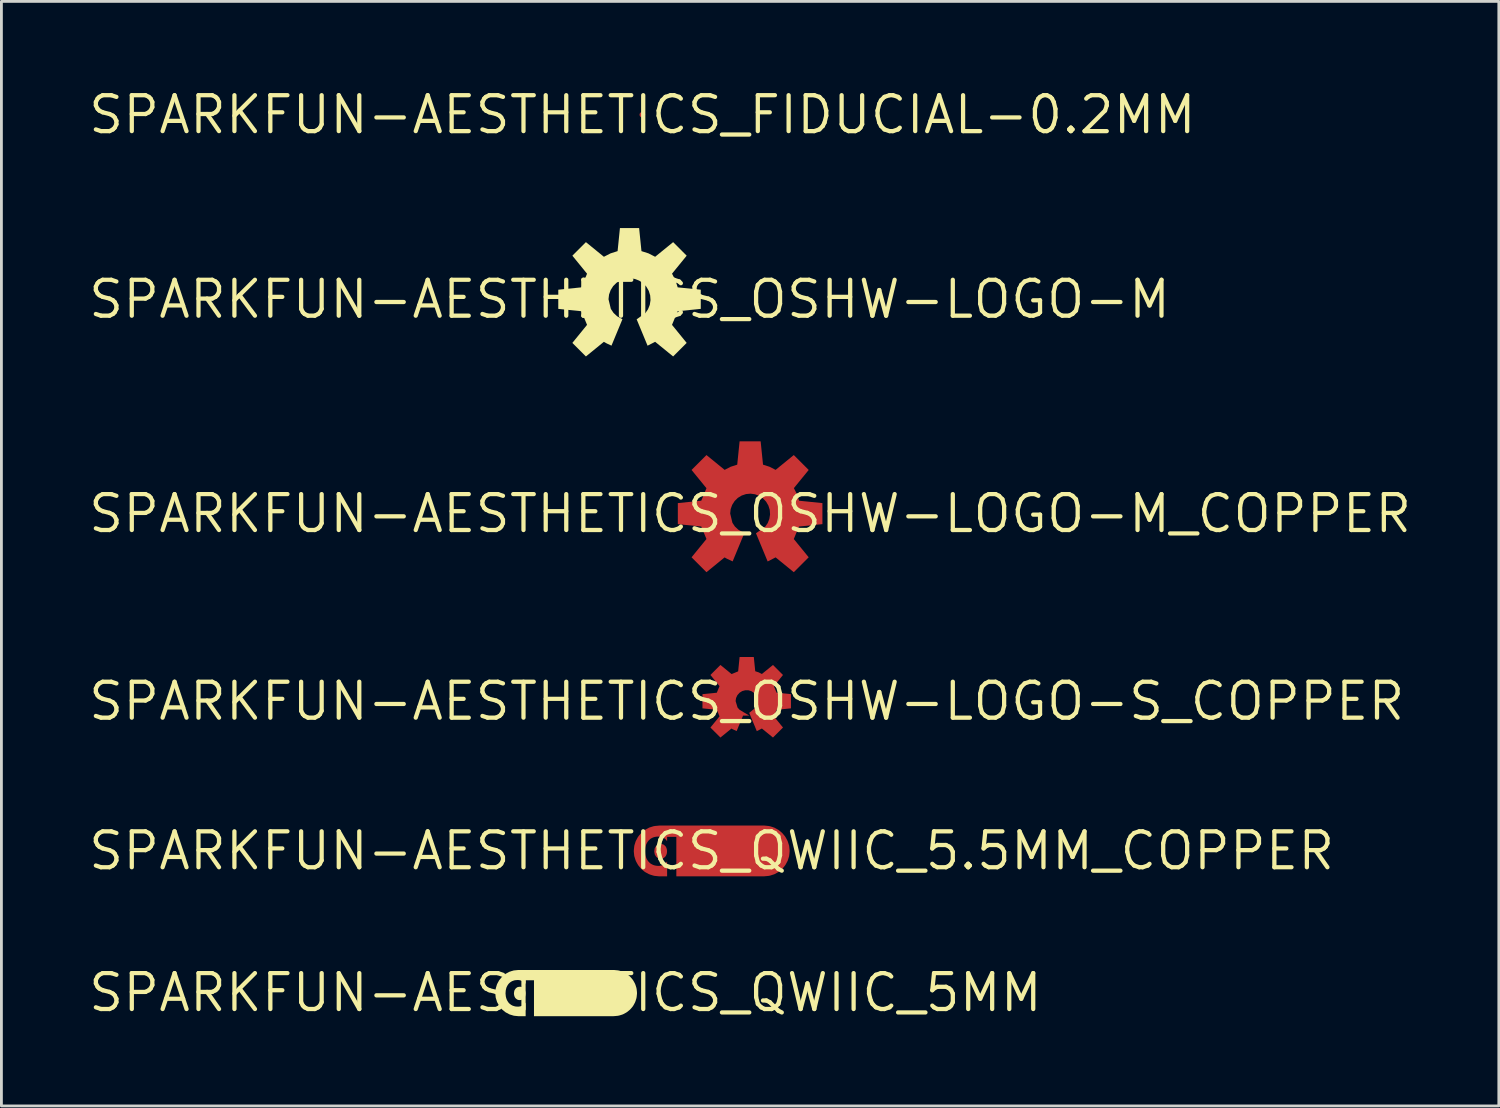
<source format=kicad_pcb>
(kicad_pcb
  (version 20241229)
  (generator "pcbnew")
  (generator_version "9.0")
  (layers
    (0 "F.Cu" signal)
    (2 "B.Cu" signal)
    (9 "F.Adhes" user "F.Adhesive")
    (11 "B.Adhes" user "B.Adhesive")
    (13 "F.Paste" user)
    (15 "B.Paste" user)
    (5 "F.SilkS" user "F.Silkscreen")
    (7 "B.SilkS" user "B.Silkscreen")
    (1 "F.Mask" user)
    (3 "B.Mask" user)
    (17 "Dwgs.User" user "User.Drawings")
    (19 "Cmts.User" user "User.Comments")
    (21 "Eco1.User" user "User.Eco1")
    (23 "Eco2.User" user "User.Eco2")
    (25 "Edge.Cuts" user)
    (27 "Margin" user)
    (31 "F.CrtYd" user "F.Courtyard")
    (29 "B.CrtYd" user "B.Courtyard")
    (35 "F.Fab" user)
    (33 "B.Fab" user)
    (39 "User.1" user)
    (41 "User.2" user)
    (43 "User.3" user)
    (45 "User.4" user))
  (footprint "SPARKFUN-AESTHETICS_OSHW-LOGO-M_COPPER"
    (layer "F.Cu")
    (at 23.472 15.11)
    (property "Reference" "SPARKFUN-AESTHETICS_OSHW-LOGO-M_COPPER" (at 0 0 0) (layer "F.SilkS") (effects (font (size 1.27 1.27) (thickness 0.15))))
    (fp_poly (pts (xy 0.456 -1.731) (xy 0.687 -1.657) (xy 0.901 -1.547) (xy 1.544 -2.071) (xy 2.071 -1.544) (xy 1.547 -0.901) (xy 1.657 -0.687) (xy 1.731 -0.456) (xy 2.556 -0.372) (xy 2.556 0.372) (xy 1.727 0.457) (xy 1.544 0.898) (xy 2.071 1.544) (xy 1.544 2.071) (xy 0.901 1.547) (xy 0.62 1.692) (xy 0.207 0.695) (xy 0.532 0.464) (xy 0.621 0.336) (xy 0.68 0.187) (xy 0.705 0.029) (xy 0.694 -0.131) (xy 0.646 -0.284) (xy 0.566 -0.422) (xy 0.456 -0.539) (xy 0.323 -0.628) (xy 0.173 -0.684) (xy 0.015 -0.706) (xy -0.145 -0.691) (xy -0.297 -0.64) (xy -0.434 -0.557) (xy -0.548 -0.445) (xy -0.634 -0.31) (xy -0.688 -0.159) (xy -0.705 -0.005) (xy -0.626 0.324) (xy -0.537 0.458) (xy -0.415 0.571) (xy -0.204 0.689) (xy -0.618 1.689) (xy -0.821 1.595) (xy -0.903 1.548) (xy -1.544 2.071) (xy -2.071 1.544) (xy -1.544 0.898) (xy -1.727 0.457) (xy -2.556 0.372) (xy -2.556 -0.372) (xy -1.727 -0.457) (xy -1.544 -0.898) (xy -2.071 -1.544) (xy -1.544 -2.071) (xy -0.901 -1.547) (xy -0.687 -1.657) (xy -0.456 -1.731) (xy -0.372 -2.556) (xy 0.372 -2.556)) (stroke (width 0) (type default)) (fill yes) (layer "F.Cu")))
  (footprint "SPARKFUN-AESTHETICS_QWIIC_5.5MM_COPPER"
    (layer "F.Cu")
    (at 22.111 27.033)
    (property "Reference" "SPARKFUN-AESTHETICS_QWIIC_5.5MM_COPPER" (at 0 0 0) (layer "F.SilkS") (effects (font (size 1.27 1.27) (thickness 0.15))))
    (fp_poly (pts (xy -1.761 -0.237) (xy -1.708 -0.227) (xy -1.665 -0.194) (xy -1.627 -0.157) (xy -1.601 -0.11) (xy -1.585 -0.06) (xy -1.577 -0.008) (xy -1.578 0.045) (xy -1.586 0.097) (xy -1.603 0.147) (xy -1.629 0.194) (xy -1.667 0.23) (xy -1.71 0.262) (xy -1.763 0.273) (xy -1.815 0.277) (xy -1.868 0.266) (xy -1.916 0.245) (xy -1.959 0.212) (xy -1.988 0.168) (xy -2.013 0.121) (xy -2.029 0.016) (xy -2.013 -0.089) (xy -1.987 -0.136) (xy -1.957 -0.179) (xy -1.914 -0.212) (xy -1.866 -0.232) (xy -1.813 -0.243)) (stroke (width 0) (type default)) (fill yes) (layer "F.Cu"))
    (fp_poly (pts (xy 1.914 -0.889) (xy 2.02 -0.878) (xy 2.072 -0.867) (xy 2.174 -0.835) (xy 2.224 -0.817) (xy 2.364 -0.74) (xy 2.487 -0.639) (xy 2.523 -0.599) (xy 2.591 -0.517) (xy 2.62 -0.472) (xy 2.671 -0.379) (xy 2.693 -0.33) (xy 2.741 -0.178) (xy 2.757 -0.019) (xy 2.756 0.034) (xy 2.745 0.14) (xy 2.738 0.193) (xy 2.691 0.346) (xy 2.616 0.487) (xy 2.585 0.53) (xy 2.518 0.612) (xy 2.481 0.651) (xy 2.357 0.752) (xy 2.216 0.828) (xy 2.064 0.876) (xy 2.012 0.886) (xy 1.853 0.901) (xy -1.246 0.901) (xy -1.248 0.867) (xy -1.248 -0.495) (xy -1.25 -0.495) (xy -1.573 -0.495) (xy -1.574 -0.461) (xy -1.574 -0.408) (xy -1.574 -0.34) (xy -1.628 -0.409) (xy -1.669 -0.441) (xy -1.713 -0.468) (xy -1.762 -0.487) (xy -1.812 -0.499) (xy -1.864 -0.505) (xy -1.916 -0.504) (xy -1.968 -0.499) (xy -2.019 -0.489) (xy -2.069 -0.474) (xy -2.116 -0.451) (xy -2.161 -0.426) (xy -2.2 -0.391) (xy -2.237 -0.354) (xy -2.268 -0.312) (xy -2.294 -0.267) (xy -2.316 -0.22) (xy -2.331 -0.17) (xy -2.344 -0.119) (xy -2.351 -0.067) (xy -2.355 -0.015) (xy -2.354 0.037) (xy -2.35 0.09) (xy -2.343 0.141) (xy -2.33 0.192) (xy -2.314 0.242) (xy -2.293 0.289) (xy -2.267 0.334) (xy -2.236 0.377) (xy -2.2 0.414) (xy -2.161 0.449) (xy -2.116 0.475) (xy -2.069 0.498) (xy -2.02 0.514) (xy -1.969 0.525) (xy -1.917 0.53) (xy -1.865 0.533) (xy -1.813 0.527) (xy -1.762 0.516) (xy -1.714 0.497) (xy -1.669 0.471) (xy -1.629 0.438) (xy -1.575 0.377) (xy -1.574 0.433) (xy -1.574 0.857) (xy -1.575 0.901) (xy -1.859 0.901) (xy -2.018 0.885) (xy -2.07 0.873) (xy -2.171 0.841) (xy -2.221 0.822) (xy -2.361 0.745) (xy -2.484 0.644) (xy -2.587 0.521) (xy -2.616 0.476) (xy -2.667 0.383) (xy -2.689 0.334) (xy -2.736 0.182) (xy -2.752 0.023) (xy -2.75 -0.031) (xy -2.739 -0.136) (xy -2.732 -0.189) (xy -2.684 -0.342) (xy -2.609 -0.483) (xy -2.578 -0.526) (xy -2.51 -0.608) (xy -2.473 -0.646) (xy -2.391 -0.714) (xy -2.348 -0.746) (xy -2.208 -0.822) (xy -2.055 -0.87) (xy -2.003 -0.879) (xy -1.844 -0.894) (xy 1.862 -0.894)) (stroke (width 0) (type default)) (fill yes) (layer "F.Cu")))
  (footprint "SPARKFUN-AESTHETICS_OSHW-LOGO-M"
    (layer "F.Cu")
    (at 19.208 7.532)
    (property "Reference" "SPARKFUN-AESTHETICS_OSHW-LOGO-M" (at 0 0 0) (layer "F.SilkS") (effects (font (size 1.27 1.27) (thickness 0.15))))
    (fp_poly (pts (xy 0.422 -1.703) (xy 0.672 -1.623) (xy 0.906 -1.503) (xy 1.542 -2.021) (xy 2.021 -1.542) (xy 1.503 -0.906) (xy 1.623 -0.672) (xy 1.703 -0.422) (xy 2.519 -0.339) (xy 2.519 0.339) (xy 1.701 0.422) (xy 1.502 0.904) (xy 2.021 1.542) (xy 1.542 2.021) (xy 0.906 1.503) (xy 0.638 1.641) (xy 0.252 0.708) (xy 0.558 0.49) (xy 0.653 0.354) (xy 0.716 0.197) (xy 0.742 0.031) (xy 0.73 -0.137) (xy 0.68 -0.298) (xy 0.596 -0.444) (xy 0.48 -0.567) (xy 0.34 -0.661) (xy 0.182 -0.72) (xy 0.015 -0.743) (xy -0.152 -0.727) (xy -0.312 -0.674) (xy -0.456 -0.586) (xy -0.577 -0.468) (xy -0.667 -0.326) (xy -0.724 -0.167) (xy -0.743 -0.002) (xy -0.661 0.339) (xy -0.565 0.482) (xy -0.437 0.601) (xy -0.251 0.705) (xy -0.638 1.639) (xy -0.804 1.562) (xy -0.907 1.504) (xy -1.542 2.021) (xy -2.021 1.542) (xy -1.502 0.904) (xy -1.701 0.422) (xy -2.519 0.339) (xy -2.519 -0.339) (xy -1.701 -0.422) (xy -1.502 -0.904) (xy -2.021 -1.542) (xy -1.542 -2.021) (xy -0.906 -1.503) (xy -0.672 -1.623) (xy -0.422 -1.703) (xy -0.339 -2.519) (xy 0.339 -2.519)) (stroke (width 0) (type default)) (fill yes) (layer "F.SilkS")))
  (footprint "SPARKFUN-AESTHETICS_FIDUCIAL-0.2MM"
    (layer "F.Cu")
    (at 19.662 1.006)
    (property "Reference" "SPARKFUN-AESTHETICS_FIDUCIAL-0.2MM" (at 0 0 0) (layer "F.SilkS") (effects (font (size 1.27 1.27) (thickness 0.15))))
    (fp_circle (center 0 0) (end 0.06 0) (stroke (width 0.152) (type solid)) (fill no) (layer "F.Mask"))
    (pad "1" smd roundrect (at 0 0) (size 0.2 0.2) (layers "F.Cu") (roundrect_rratio 0.5)))
  (footprint "SPARKFUN-AESTHETICS_OSHW-LOGO-S_COPPER"
    (layer "F.Cu")
    (at 23.351 21.744)
    (property "Reference" "SPARKFUN-AESTHETICS_OSHW-LOGO-S_COPPER" (at 0 0 0) (layer "F.SilkS") (effects (font (size 1.27 1.27) (thickness 0.15))))
    (fp_poly (pts (xy 0.302 -1.061) (xy 0.423 -1.022) (xy 0.537 -0.964) (xy 0.929 -1.283) (xy 1.283 -0.929) (xy 0.961 -0.534) (xy 1.057 -0.302) (xy 1.564 -0.251) (xy 1.564 0.251) (xy 1.057 0.302) (xy 0.961 0.534) (xy 1.283 0.929) (xy 0.929 1.283) (xy 0.537 0.964) (xy 0.357 1.057) (xy 0.089 0.41) (xy 0.326 0.218) (xy 0.374 0.121) (xy 0.393 0.01) (xy 0.379 -0.102) (xy 0.335 -0.205) (xy 0.263 -0.292) (xy 0.169 -0.355) (xy 0.061 -0.388) (xy -0.051 -0.389) (xy -0.16 -0.359) (xy -0.255 -0.299) (xy -0.33 -0.214) (xy -0.377 -0.112) (xy -0.392 -0.006) (xy -0.323 0.223) (xy -0.249 0.304) (xy 0.092 0.508) (xy -0.129 0.508) (xy -0.355 1.054) (xy -0.507 0.984) (xy -0.539 0.965) (xy -0.929 1.283) (xy -1.283 0.929) (xy -0.961 0.534) (xy -1.057 0.302) (xy -1.564 0.251) (xy -1.564 -0.251) (xy -1.057 -0.302) (xy -0.961 -0.534) (xy -1.283 -0.929) (xy -0.929 -1.283) (xy -0.534 -0.961) (xy -0.302 -1.057) (xy -0.251 -1.564) (xy 0.251 -1.564)) (stroke (width 0) (type default)) (fill yes) (layer "F.Cu")))
  (footprint "SPARKFUN-AESTHETICS_QWIIC_5MM"
    (layer "F.Cu")
    (at 16.941 32.046)
    (property "Reference" "SPARKFUN-AESTHETICS_QWIIC_5MM" (at 0 0 0) (layer "F.SilkS") (effects (font (size 1.27 1.27) (thickness 0.15))))
    (fp_poly (pts (xy -1.543 -0.197) (xy -1.497 -0.17) (xy -1.457 -0.134) (xy -1.43 -0.086) (xy -1.416 -0.035) (xy -1.408 0.018) (xy -1.413 0.072) (xy -1.421 0.125) (xy -1.447 0.173) (xy -1.48 0.214) (xy -1.524 0.247) (xy -1.577 0.261) (xy -1.63 0.265) (xy -1.684 0.254) (xy -1.73 0.227) (xy -1.77 0.191) (xy -1.797 0.143) (xy -1.812 0.092) (xy -1.82 0.038) (xy -1.815 -0.015) (xy -1.806 -0.068) (xy -1.78 -0.116) (xy -1.747 -0.157) (xy -1.703 -0.19) (xy -1.65 -0.204) (xy -1.597 -0.208)) (stroke (width 0) (type default)) (fill yes) (layer "F.SilkS"))
    (fp_poly (pts (xy 1.741 -0.798) (xy 1.846 -0.788) (xy 1.899 -0.779) (xy 2 -0.747) (xy 2.05 -0.728) (xy 2.143 -0.677) (xy 2.188 -0.648) (xy 2.27 -0.581) (xy 2.308 -0.544) (xy 2.376 -0.461) (xy 2.406 -0.417) (xy 2.457 -0.324) (xy 2.477 -0.275) (xy 2.509 -0.173) (xy 2.519 -0.121) (xy 2.53 -0.015) (xy 2.531 0.038) (xy 2.52 0.144) (xy 2.511 0.197) (xy 2.48 0.298) (xy 2.461 0.348) (xy 2.41 0.442) (xy 2.382 0.487) (xy 2.314 0.569) (xy 2.277 0.607) (xy 2.195 0.675) (xy 2.151 0.705) (xy 2.058 0.756) (xy 2.009 0.777) (xy 1.907 0.808) (xy 1.855 0.819) (xy 1.749 0.829) (xy 1.696 0.833) (xy -1.054 0.833) (xy -1.111 0.834) (xy -1.111 -0.437) (xy -1.406 -0.437) (xy -1.406 -0.432) (xy -1.406 -0.311) (xy -1.448 -0.351) (xy -1.488 -0.384) (xy -1.533 -0.411) (xy -1.581 -0.43) (xy -1.631 -0.442) (xy -1.683 -0.446) (xy -1.787 -0.438) (xy -1.837 -0.423) (xy -1.885 -0.405) (xy -1.931 -0.379) (xy -1.971 -0.347) (xy -2.008 -0.311) (xy -2.039 -0.269) (xy -2.064 -0.223) (xy -2.086 -0.176) (xy -2.099 -0.125) (xy -2.11 -0.075) (xy -2.117 0.03) (xy -2.107 0.134) (xy -2.095 0.185) (xy -2.079 0.234) (xy -2.057 0.282) (xy -2.029 0.326) (xy -1.999 0.368) (xy -1.96 0.402) (xy -1.918 0.433) (xy -1.873 0.458) (xy -1.824 0.475) (xy -1.774 0.489) (xy -1.722 0.494) (xy -1.67 0.496) (xy -1.618 0.49) (xy -1.568 0.478) (xy -1.521 0.457) (xy -1.477 0.428) (xy -1.439 0.393) (xy -1.406 0.357) (xy -1.406 0.811) (xy -1.406 0.833) (xy -1.662 0.833) (xy -1.821 0.817) (xy -1.974 0.771) (xy -2.115 0.696) (xy -2.239 0.595) (xy -2.341 0.472) (xy -2.417 0.331) (xy -2.464 0.178) (xy -2.48 0.019) (xy -2.464 -0.14) (xy -2.45 -0.191) (xy -2.419 -0.293) (xy -2.395 -0.341) (xy -2.344 -0.434) (xy -2.243 -0.558) (xy -2.121 -0.661) (xy -1.98 -0.737) (xy -1.828 -0.784) (xy -1.669 -0.8) (xy -1.616 -0.801) (xy 1.716 -0.801)) (stroke (width 0) (type default)) (fill yes) (layer "F.SilkS")))
  (gr_rect
    (start -3 -3)
    (end 49.944 36.052)
    (stroke (width 0.1) (type default))
    (fill no)
    (layer "Edge.Cuts")))
</source>
